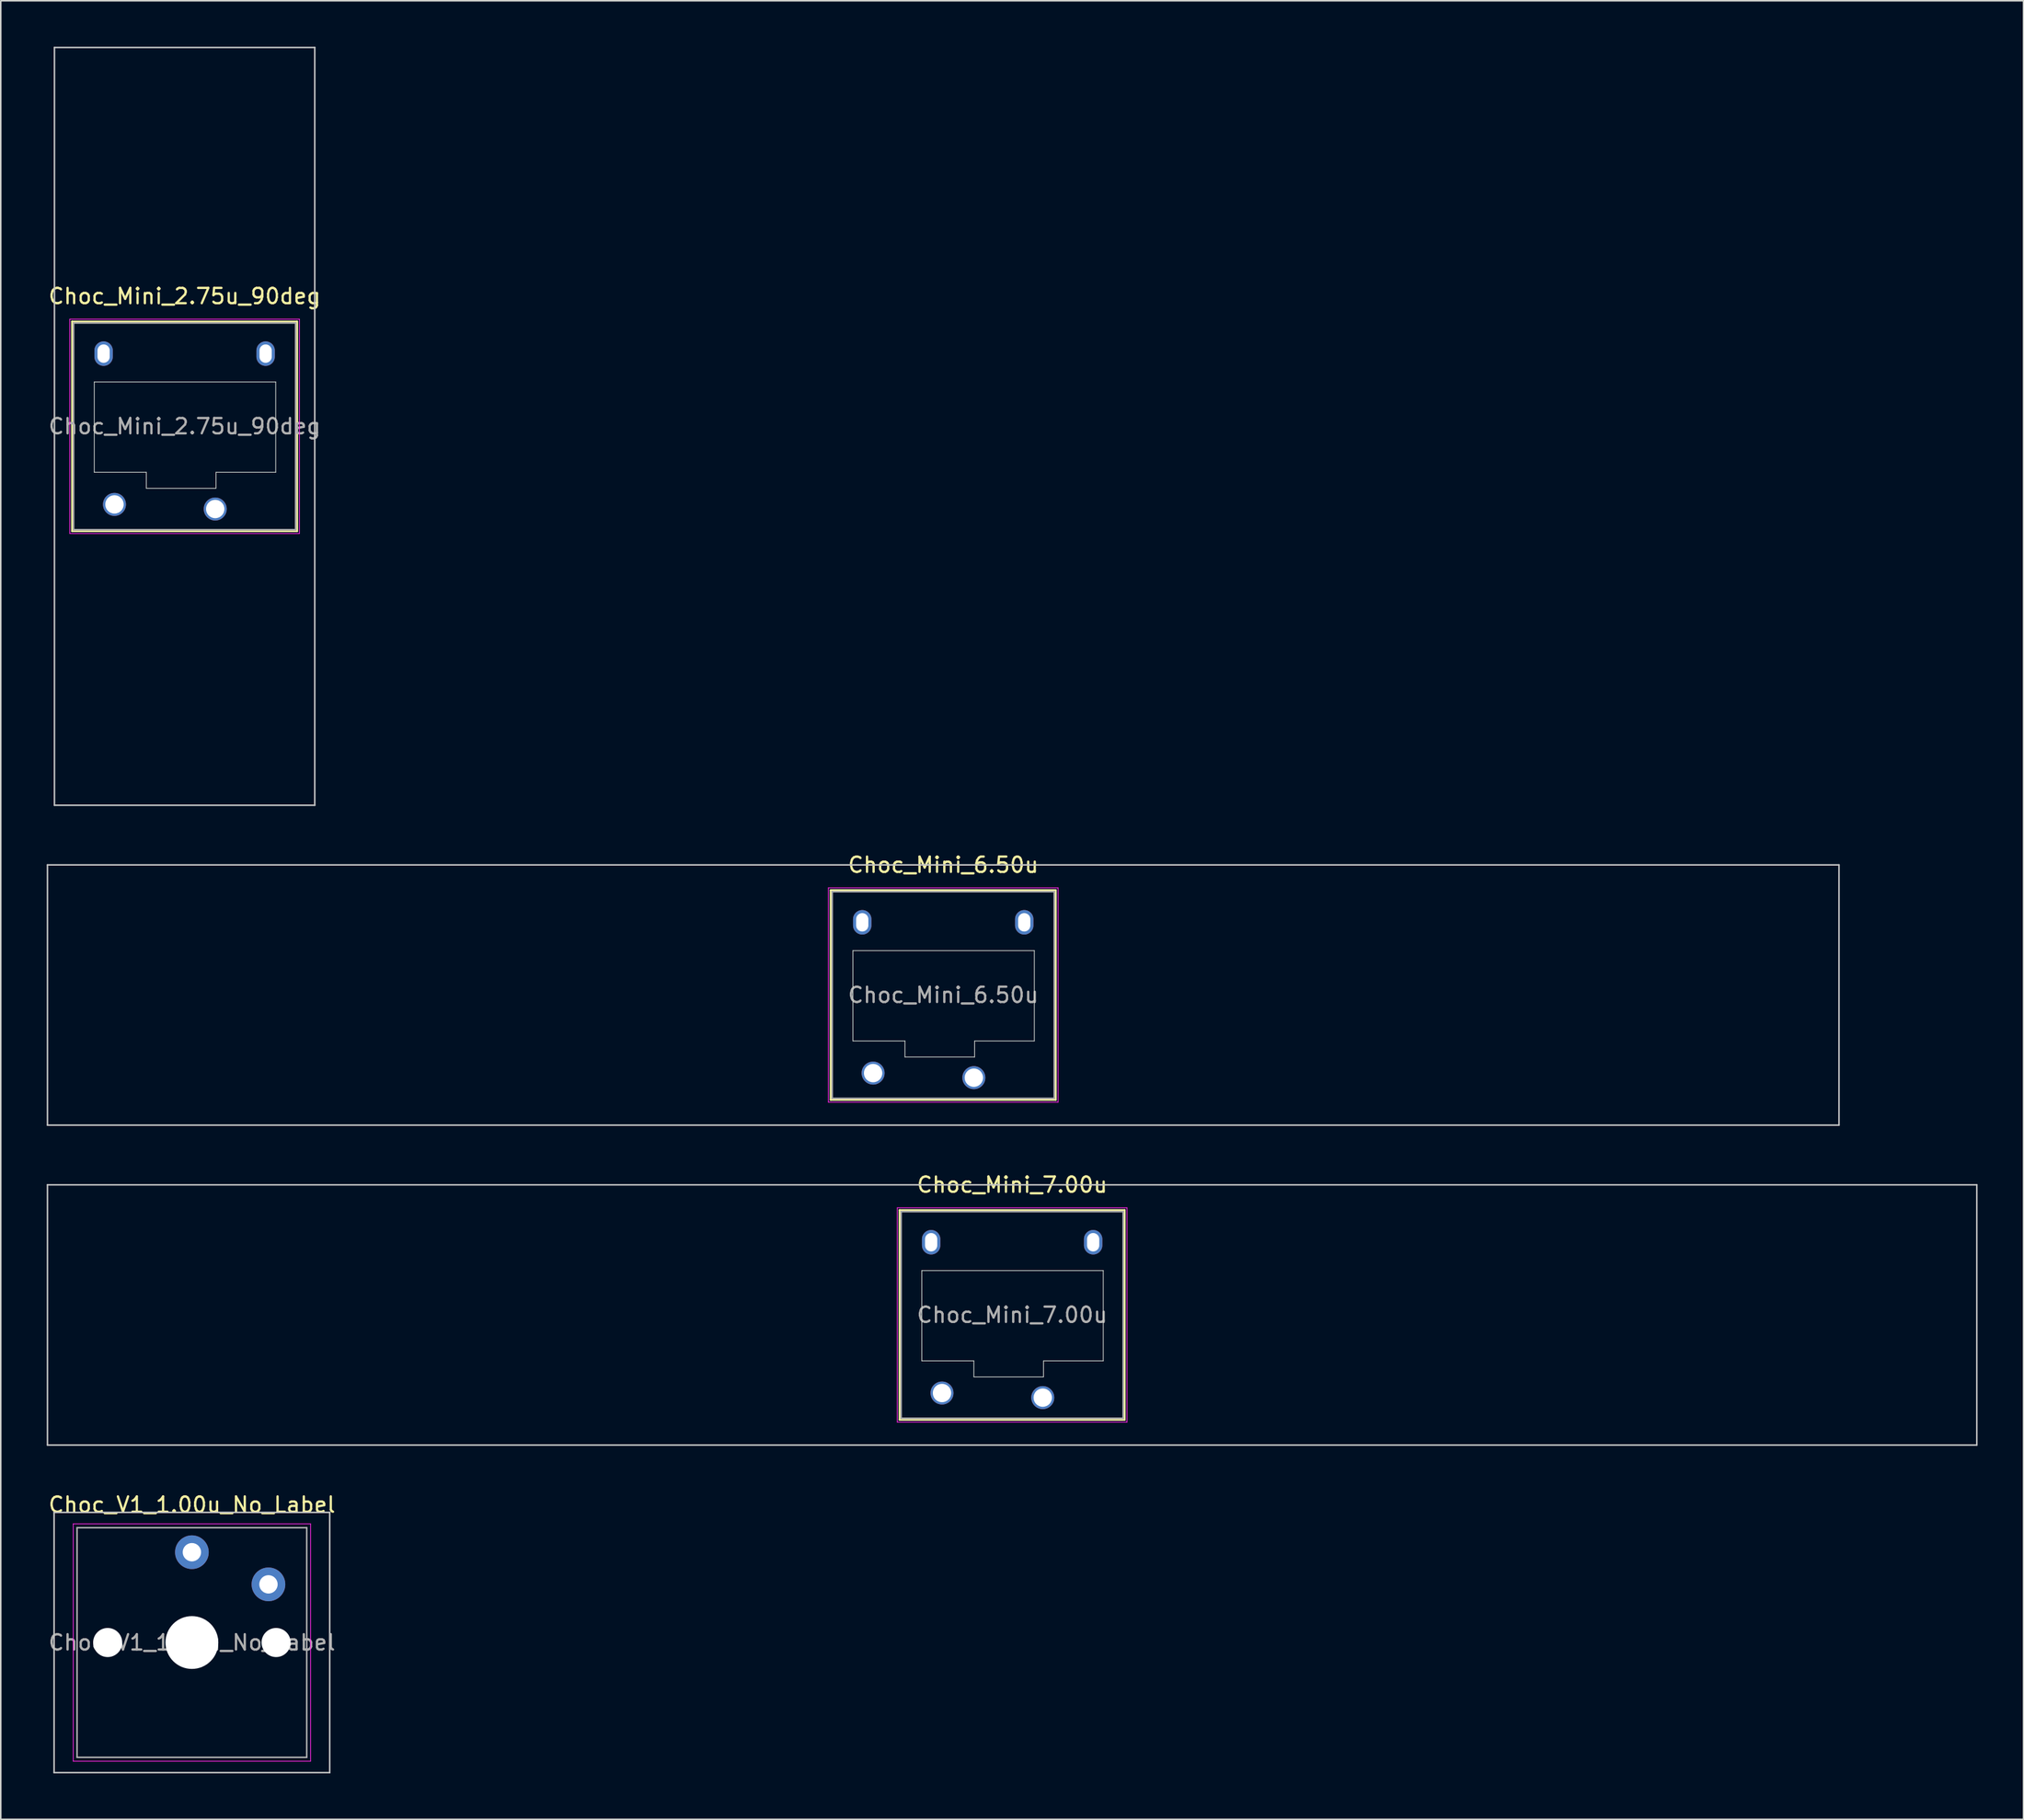
<source format=kicad_pcb>
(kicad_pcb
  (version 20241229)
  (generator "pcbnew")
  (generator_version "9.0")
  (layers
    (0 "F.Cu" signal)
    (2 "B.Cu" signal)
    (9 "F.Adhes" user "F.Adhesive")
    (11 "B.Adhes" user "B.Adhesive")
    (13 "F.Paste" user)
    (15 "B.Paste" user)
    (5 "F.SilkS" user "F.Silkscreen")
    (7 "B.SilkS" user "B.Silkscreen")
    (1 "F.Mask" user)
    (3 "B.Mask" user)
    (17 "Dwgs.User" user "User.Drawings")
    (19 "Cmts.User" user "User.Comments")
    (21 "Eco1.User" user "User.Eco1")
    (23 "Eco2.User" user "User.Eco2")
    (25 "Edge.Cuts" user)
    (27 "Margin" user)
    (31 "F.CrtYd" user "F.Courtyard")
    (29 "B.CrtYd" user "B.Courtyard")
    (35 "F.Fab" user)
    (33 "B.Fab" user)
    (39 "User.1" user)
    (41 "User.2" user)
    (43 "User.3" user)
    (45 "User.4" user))
  (footprint "Choc_V1_1.00u_No_Label"
    (layer "F.Cu")
    (at 9.482 104.245)
    (property "Reference" "Choc_V1_1.00u_No_Label" (at 0 -9 0) (layer "F.SilkS") (effects (font (size 1 1) (thickness 0.15))))
    (attr through_hole)
    (fp_line (start -9 -8.5) (end -9 8.5) (stroke (width 0.1) (type solid)) (layer "Dwgs.User"))
    (fp_line (start -9 8.5) (end 9 8.5) (stroke (width 0.1) (type solid)) (layer "Dwgs.User"))
    (fp_line (start 9 -8.5) (end -9 -8.5) (stroke (width 0.1) (type solid)) (layer "Dwgs.User"))
    (fp_line (start 9 8.5) (end 9 -8.5) (stroke (width 0.1) (type solid)) (layer "Dwgs.User"))
    (fp_line (start -7.25 -7.25) (end -7.25 7.25) (stroke (width 0.1) (type solid)) (layer "Eco1.User"))
    (fp_line (start -7.25 7.25) (end 7.25 7.25) (stroke (width 0.1) (type solid)) (layer "Eco1.User"))
    (fp_line (start 7.25 -7.25) (end -7.25 -7.25) (stroke (width 0.1) (type solid)) (layer "Eco1.User"))
    (fp_line (start 7.25 7.25) (end 7.25 -7.25) (stroke (width 0.1) (type solid)) (layer "Eco1.User"))
    (fp_line (start -7.75 -7.75) (end -7.75 7.75) (stroke (width 0.05) (type solid)) (layer "F.CrtYd"))
    (fp_line (start -7.75 7.75) (end 7.75 7.75) (stroke (width 0.05) (type solid)) (layer "F.CrtYd"))
    (fp_line (start 7.75 -7.75) (end -7.75 -7.75) (stroke (width 0.05) (type solid)) (layer "F.CrtYd"))
    (fp_line (start 7.75 7.75) (end 7.75 -7.75) (stroke (width 0.05) (type solid)) (layer "F.CrtYd"))
    (fp_line (start -7.5 -7.5) (end -7.5 7.5) (stroke (width 0.1) (type solid)) (layer "F.Fab"))
    (fp_line (start -7.5 7.5) (end 7.5 7.5) (stroke (width 0.1) (type solid)) (layer "F.Fab"))
    (fp_line (start 7.5 -7.5) (end -7.5 -7.5) (stroke (width 0.1) (type solid)) (layer "F.Fab"))
    (fp_line (start 7.5 7.5) (end 7.5 -7.5) (stroke (width 0.1) (type solid)) (layer "F.Fab"))
    (fp_text user "${REFERENCE}" (at 0 0 0) (layer "F.Fab") (effects (font (size 1 1) (thickness 0.15))))
    (pad "" np_thru_hole circle (at -5.5 0) (size 1.9 1.9) (drill 1.9) (layers "*.Cu" "*.Mask"))
    (pad "" np_thru_hole circle (at 0 0) (size 3.45 3.45) (drill 3.45) (layers "*.Cu" "*.Mask"))
    (pad "" np_thru_hole circle (at 5.5 0) (size 1.9 1.9) (drill 1.9) (layers "*.Cu" "*.Mask"))
    (pad "1" thru_hole circle (at 0 -5.9) (size 2.2 2.2) (drill 1.2) (layers "*.Cu" "*.Mask"))
    (pad "2" thru_hole circle (at 5 -3.8) (size 2.2 2.2) (drill 1.2) (layers "*.Cu" "*.Mask")))
  (footprint "Choc_Mini_2.75u_90deg"
    (layer "F.Cu")
    (at 9.006 24.8)
    (property "Reference" "Choc_Mini_2.75u_90deg" (at 0 -8.5 0) (layer "F.SilkS") (effects (font (size 1 1) (thickness 0.15))))
    (attr through_hole)
    (fp_line (start -7.35 -6.85) (end -7.35 6.85) (stroke (width 0.12) (type solid)) (layer "F.SilkS"))
    (fp_line (start -7.35 6.85) (end 7.35 6.85) (stroke (width 0.12) (type solid)) (layer "F.SilkS"))
    (fp_line (start 7.35 -6.85) (end -7.35 -6.85) (stroke (width 0.12) (type solid)) (layer "F.SilkS"))
    (fp_line (start 7.35 6.85) (end 7.35 -6.85) (stroke (width 0.12) (type solid)) (layer "F.SilkS"))
    (fp_line (start -8.5 -24.75) (end 8.5 -24.75) (stroke (width 0.1) (type solid)) (layer "Dwgs.User"))
    (fp_line (start -8.5 24.75) (end -8.5 -24.75) (stroke (width 0.1) (type solid)) (layer "Dwgs.User"))
    (fp_line (start 8.5 -24.75) (end 8.5 24.75) (stroke (width 0.1) (type solid)) (layer "Dwgs.User"))
    (fp_line (start 8.5 24.75) (end -8.5 24.75) (stroke (width 0.1) (type solid)) (layer "Dwgs.User"))
    (fp_line (start -6.85 -6.35) (end -6.85 6.35) (stroke (width 0.1) (type solid)) (layer "Eco1.User"))
    (fp_line (start -6.85 6.35) (end 6.85 6.35) (stroke (width 0.1) (type solid)) (layer "Eco1.User"))
    (fp_line (start 6.85 -6.35) (end -6.85 -6.35) (stroke (width 0.1) (type solid)) (layer "Eco1.User"))
    (fp_line (start 6.85 6.35) (end 6.85 -6.35) (stroke (width 0.1) (type solid)) (layer "Eco1.User"))
    (fp_line (start -5.9 -2.9) (end -5.9 3) (stroke (width 0.05) (type solid)) (layer "Edge.Cuts"))
    (fp_line (start -5.9 3) (end -2.5 3) (stroke (width 0.05) (type solid)) (layer "Edge.Cuts"))
    (fp_line (start -2.5 3) (end -2.5 4.05) (stroke (width 0.05) (type solid)) (layer "Edge.Cuts"))
    (fp_line (start -2.5 4.05) (end 2.05 4.05) (stroke (width 0.05) (type solid)) (layer "Edge.Cuts"))
    (fp_line (start 2.05 3) (end 5.95 3) (stroke (width 0.05) (type solid)) (layer "Edge.Cuts"))
    (fp_line (start 2.05 4.05) (end 2.05 3) (stroke (width 0.05) (type solid)) (layer "Edge.Cuts"))
    (fp_line (start 5.95 -2.9) (end -5.9 -2.9) (stroke (width 0.05) (type solid)) (layer "Edge.Cuts"))
    (fp_line (start 5.95 3) (end 5.95 -2.9) (stroke (width 0.05) (type solid)) (layer "Edge.Cuts"))
    (fp_line (start -7.5 -7) (end -7.5 7) (stroke (width 0.05) (type solid)) (layer "F.CrtYd"))
    (fp_line (start -7.5 7) (end 7.5 7) (stroke (width 0.05) (type solid)) (layer "F.CrtYd"))
    (fp_line (start 7.5 -7) (end -7.5 -7) (stroke (width 0.05) (type solid)) (layer "F.CrtYd"))
    (fp_line (start 7.5 7) (end 7.5 -7) (stroke (width 0.05) (type solid)) (layer "F.CrtYd"))
    (fp_line (start -7.25 -6.75) (end -7.25 6.75) (stroke (width 0.1) (type solid)) (layer "F.Fab"))
    (fp_line (start -7.25 6.75) (end 7.25 6.75) (stroke (width 0.1) (type solid)) (layer "F.Fab"))
    (fp_line (start 7.25 -6.75) (end -7.25 -6.75) (stroke (width 0.1) (type solid)) (layer "F.Fab"))
    (fp_line (start 7.25 6.75) (end 7.25 -6.75) (stroke (width 0.1) (type solid)) (layer "F.Fab"))
    (fp_text user "${REFERENCE}" (at 0 0 0) (layer "F.Fab") (effects (font (size 1 1) (thickness 0.15))))
    (pad "" np_thru_hole oval (at -5.29 -4.75) (size 1.2 1.6) (drill oval 0.8 1.2) (layers "*.Cu" "*.Mask"))
    (pad "" np_thru_hole oval (at 5.29 -4.75) (size 1.2 1.6) (drill oval 0.8 1.2) (layers "*.Cu" "*.Mask"))
    (pad "1" thru_hole circle (at 2 5.4) (size 1.5 1.5) (drill 1.2) (layers "*.Cu" "*.Mask"))
    (pad "2" thru_hole circle (at -4.58 5.1) (size 1.5 1.5) (drill 1.2) (layers "*.Cu" "*.Mask")))
  (footprint "Choc_Mini_7.00u"
    (layer "F.Cu")
    (at 63.05 82.847)
    (property "Reference" "Choc_Mini_7.00u" (at 0 -8.5 0) (layer "F.SilkS") (effects (font (size 1 1) (thickness 0.15))))
    (attr through_hole)
    (fp_line (start -7.35 -6.85) (end -7.35 6.85) (stroke (width 0.12) (type solid)) (layer "F.SilkS"))
    (fp_line (start -7.35 6.85) (end 7.35 6.85) (stroke (width 0.12) (type solid)) (layer "F.SilkS"))
    (fp_line (start 7.35 -6.85) (end -7.35 -6.85) (stroke (width 0.12) (type solid)) (layer "F.SilkS"))
    (fp_line (start 7.35 6.85) (end 7.35 -6.85) (stroke (width 0.12) (type solid)) (layer "F.SilkS"))
    (fp_line (start -63 -8.5) (end -63 8.5) (stroke (width 0.1) (type solid)) (layer "Dwgs.User"))
    (fp_line (start -63 8.5) (end 63 8.5) (stroke (width 0.1) (type solid)) (layer "Dwgs.User"))
    (fp_line (start 63 -8.5) (end -63 -8.5) (stroke (width 0.1) (type solid)) (layer "Dwgs.User"))
    (fp_line (start 63 8.5) (end 63 -8.5) (stroke (width 0.1) (type solid)) (layer "Dwgs.User"))
    (fp_line (start -6.85 -6.35) (end -6.85 6.35) (stroke (width 0.1) (type solid)) (layer "Eco1.User"))
    (fp_line (start -6.85 6.35) (end 6.85 6.35) (stroke (width 0.1) (type solid)) (layer "Eco1.User"))
    (fp_line (start 6.85 -6.35) (end -6.85 -6.35) (stroke (width 0.1) (type solid)) (layer "Eco1.User"))
    (fp_line (start 6.85 6.35) (end 6.85 -6.35) (stroke (width 0.1) (type solid)) (layer "Eco1.User"))
    (fp_line (start -5.9 -2.9) (end -5.9 3) (stroke (width 0.05) (type solid)) (layer "Edge.Cuts"))
    (fp_line (start -5.9 3) (end -2.5 3) (stroke (width 0.05) (type solid)) (layer "Edge.Cuts"))
    (fp_line (start -2.5 3) (end -2.5 4.05) (stroke (width 0.05) (type solid)) (layer "Edge.Cuts"))
    (fp_line (start -2.5 4.05) (end 2.05 4.05) (stroke (width 0.05) (type solid)) (layer "Edge.Cuts"))
    (fp_line (start 2.05 3) (end 5.95 3) (stroke (width 0.05) (type solid)) (layer "Edge.Cuts"))
    (fp_line (start 2.05 4.05) (end 2.05 3) (stroke (width 0.05) (type solid)) (layer "Edge.Cuts"))
    (fp_line (start 5.95 -2.9) (end -5.9 -2.9) (stroke (width 0.05) (type solid)) (layer "Edge.Cuts"))
    (fp_line (start 5.95 3) (end 5.95 -2.9) (stroke (width 0.05) (type solid)) (layer "Edge.Cuts"))
    (fp_line (start -7.5 -7) (end -7.5 7) (stroke (width 0.05) (type solid)) (layer "F.CrtYd"))
    (fp_line (start -7.5 7) (end 7.5 7) (stroke (width 0.05) (type solid)) (layer "F.CrtYd"))
    (fp_line (start 7.5 -7) (end -7.5 -7) (stroke (width 0.05) (type solid)) (layer "F.CrtYd"))
    (fp_line (start 7.5 7) (end 7.5 -7) (stroke (width 0.05) (type solid)) (layer "F.CrtYd"))
    (fp_line (start -7.25 -6.75) (end -7.25 6.75) (stroke (width 0.1) (type solid)) (layer "F.Fab"))
    (fp_line (start -7.25 6.75) (end 7.25 6.75) (stroke (width 0.1) (type solid)) (layer "F.Fab"))
    (fp_line (start 7.25 -6.75) (end -7.25 -6.75) (stroke (width 0.1) (type solid)) (layer "F.Fab"))
    (fp_line (start 7.25 6.75) (end 7.25 -6.75) (stroke (width 0.1) (type solid)) (layer "F.Fab"))
    (fp_text user "${REFERENCE}" (at 0 0 0) (layer "F.Fab") (effects (font (size 1 1) (thickness 0.15))))
    (pad "" np_thru_hole oval (at -5.29 -4.75) (size 1.2 1.6) (drill oval 0.8 1.2) (layers "*.Cu" "*.Mask"))
    (pad "" np_thru_hole oval (at 5.29 -4.75) (size 1.2 1.6) (drill oval 0.8 1.2) (layers "*.Cu" "*.Mask"))
    (pad "1" thru_hole circle (at 2 5.4) (size 1.5 1.5) (drill 1.2) (layers "*.Cu" "*.Mask"))
    (pad "2" thru_hole circle (at -4.58 5.1) (size 1.5 1.5) (drill 1.2) (layers "*.Cu" "*.Mask")))
  (footprint "Choc_Mini_6.50u"
    (layer "F.Cu")
    (at 58.55 61.948)
    (property "Reference" "Choc_Mini_6.50u" (at 0 -8.5 0) (layer "F.SilkS") (effects (font (size 1 1) (thickness 0.15))))
    (attr through_hole)
    (fp_line (start -7.35 -6.85) (end -7.35 6.85) (stroke (width 0.12) (type solid)) (layer "F.SilkS"))
    (fp_line (start -7.35 6.85) (end 7.35 6.85) (stroke (width 0.12) (type solid)) (layer "F.SilkS"))
    (fp_line (start 7.35 -6.85) (end -7.35 -6.85) (stroke (width 0.12) (type solid)) (layer "F.SilkS"))
    (fp_line (start 7.35 6.85) (end 7.35 -6.85) (stroke (width 0.12) (type solid)) (layer "F.SilkS"))
    (fp_line (start -58.5 -8.5) (end -58.5 8.5) (stroke (width 0.1) (type solid)) (layer "Dwgs.User"))
    (fp_line (start -58.5 8.5) (end 58.5 8.5) (stroke (width 0.1) (type solid)) (layer "Dwgs.User"))
    (fp_line (start 58.5 -8.5) (end -58.5 -8.5) (stroke (width 0.1) (type solid)) (layer "Dwgs.User"))
    (fp_line (start 58.5 8.5) (end 58.5 -8.5) (stroke (width 0.1) (type solid)) (layer "Dwgs.User"))
    (fp_line (start -6.85 -6.35) (end -6.85 6.35) (stroke (width 0.1) (type solid)) (layer "Eco1.User"))
    (fp_line (start -6.85 6.35) (end 6.85 6.35) (stroke (width 0.1) (type solid)) (layer "Eco1.User"))
    (fp_line (start 6.85 -6.35) (end -6.85 -6.35) (stroke (width 0.1) (type solid)) (layer "Eco1.User"))
    (fp_line (start 6.85 6.35) (end 6.85 -6.35) (stroke (width 0.1) (type solid)) (layer "Eco1.User"))
    (fp_line (start -5.9 -2.9) (end -5.9 3) (stroke (width 0.05) (type solid)) (layer "Edge.Cuts"))
    (fp_line (start -5.9 3) (end -2.5 3) (stroke (width 0.05) (type solid)) (layer "Edge.Cuts"))
    (fp_line (start -2.5 3) (end -2.5 4.05) (stroke (width 0.05) (type solid)) (layer "Edge.Cuts"))
    (fp_line (start -2.5 4.05) (end 2.05 4.05) (stroke (width 0.05) (type solid)) (layer "Edge.Cuts"))
    (fp_line (start 2.05 3) (end 5.95 3) (stroke (width 0.05) (type solid)) (layer "Edge.Cuts"))
    (fp_line (start 2.05 4.05) (end 2.05 3) (stroke (width 0.05) (type solid)) (layer "Edge.Cuts"))
    (fp_line (start 5.95 -2.9) (end -5.9 -2.9) (stroke (width 0.05) (type solid)) (layer "Edge.Cuts"))
    (fp_line (start 5.95 3) (end 5.95 -2.9) (stroke (width 0.05) (type solid)) (layer "Edge.Cuts"))
    (fp_line (start -7.5 -7) (end -7.5 7) (stroke (width 0.05) (type solid)) (layer "F.CrtYd"))
    (fp_line (start -7.5 7) (end 7.5 7) (stroke (width 0.05) (type solid)) (layer "F.CrtYd"))
    (fp_line (start 7.5 -7) (end -7.5 -7) (stroke (width 0.05) (type solid)) (layer "F.CrtYd"))
    (fp_line (start 7.5 7) (end 7.5 -7) (stroke (width 0.05) (type solid)) (layer "F.CrtYd"))
    (fp_line (start -7.25 -6.75) (end -7.25 6.75) (stroke (width 0.1) (type solid)) (layer "F.Fab"))
    (fp_line (start -7.25 6.75) (end 7.25 6.75) (stroke (width 0.1) (type solid)) (layer "F.Fab"))
    (fp_line (start 7.25 -6.75) (end -7.25 -6.75) (stroke (width 0.1) (type solid)) (layer "F.Fab"))
    (fp_line (start 7.25 6.75) (end 7.25 -6.75) (stroke (width 0.1) (type solid)) (layer "F.Fab"))
    (fp_text user "${REFERENCE}" (at 0 0 0) (layer "F.Fab") (effects (font (size 1 1) (thickness 0.15))))
    (pad "" np_thru_hole oval (at -5.29 -4.75) (size 1.2 1.6) (drill oval 0.8 1.2) (layers "*.Cu" "*.Mask"))
    (pad "" np_thru_hole oval (at 5.29 -4.75) (size 1.2 1.6) (drill oval 0.8 1.2) (layers "*.Cu" "*.Mask"))
    (pad "1" thru_hole circle (at 2 5.4) (size 1.5 1.5) (drill 1.2) (layers "*.Cu" "*.Mask"))
    (pad "2" thru_hole circle (at -4.58 5.1) (size 1.5 1.5) (drill 1.2) (layers "*.Cu" "*.Mask")))
  (gr_rect
    (start -3 -3)
    (end 129.1 115.795)
    (stroke (width 0.1) (type default))
    (fill no)
    (layer "Edge.Cuts")))
</source>
